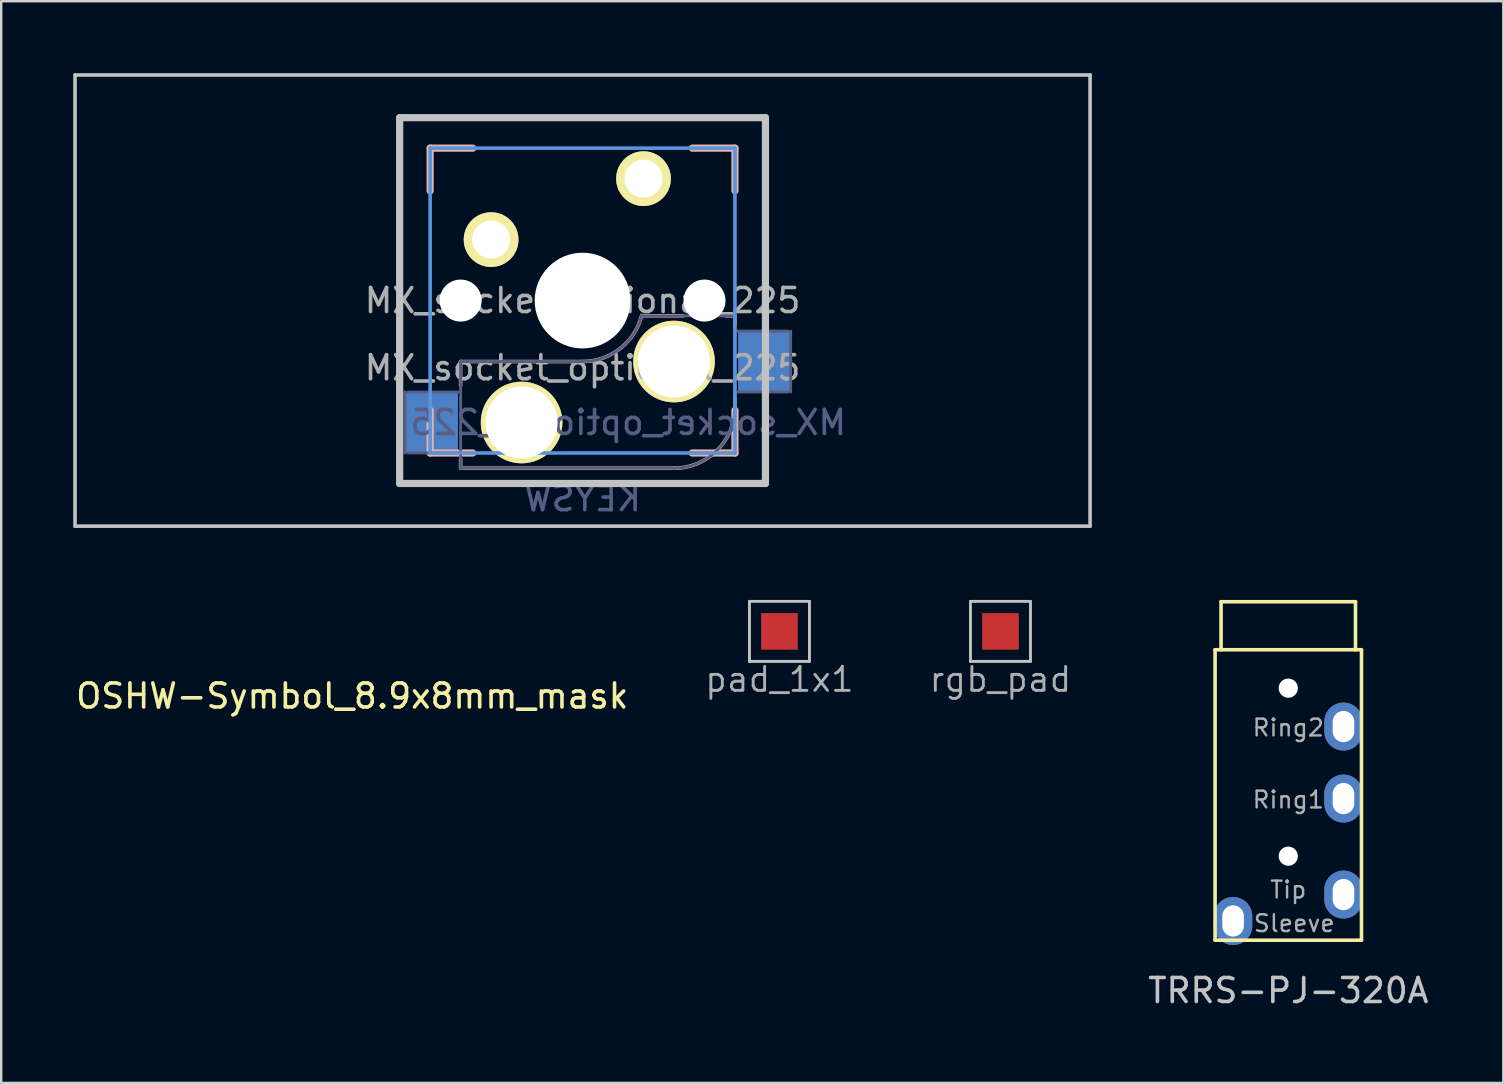
<source format=kicad_pcb>
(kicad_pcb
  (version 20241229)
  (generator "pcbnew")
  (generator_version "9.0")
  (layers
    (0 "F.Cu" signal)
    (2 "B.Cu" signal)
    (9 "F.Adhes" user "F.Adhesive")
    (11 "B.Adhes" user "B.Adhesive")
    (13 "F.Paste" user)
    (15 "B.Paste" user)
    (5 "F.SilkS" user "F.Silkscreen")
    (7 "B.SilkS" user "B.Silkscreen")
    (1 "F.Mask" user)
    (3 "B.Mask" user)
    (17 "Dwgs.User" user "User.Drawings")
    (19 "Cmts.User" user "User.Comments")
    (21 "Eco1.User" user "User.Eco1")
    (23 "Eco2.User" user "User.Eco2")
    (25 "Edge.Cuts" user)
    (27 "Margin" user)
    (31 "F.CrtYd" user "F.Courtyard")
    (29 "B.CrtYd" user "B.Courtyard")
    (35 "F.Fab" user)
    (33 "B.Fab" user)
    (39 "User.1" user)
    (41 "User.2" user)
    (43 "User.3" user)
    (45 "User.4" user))
  (footprint "pad_1x1"
    (layer "F.Cu")
    (at 29.425 23.256)
    (property "Reference" "pad_1x1" (at 0 2 0) (layer "F.Fab") (effects (font (size 1 1) (thickness 0.12))))
    (attr smd)
    (fp_line (start -1.25 -1.25) (end 1.25 -1.25) (stroke (width 0.12) (type solid)) (layer "Dwgs.User"))
    (fp_line (start -1.25 1.25) (end -1.25 -1.25) (stroke (width 0.12) (type solid)) (layer "Dwgs.User"))
    (fp_line (start 1.25 -1.25) (end 1.25 1.25) (stroke (width 0.12) (type solid)) (layer "Dwgs.User"))
    (fp_line (start 1.25 1.25) (end -1.25 1.25) (stroke (width 0.12) (type solid)) (layer "Dwgs.User"))
    (pad "1" smd rect (at 0 0) (size 1.524 1.524) (layers "F.Cu" "F.Mask" "F.Paste")))
  (footprint "MX_socket_optional_225"
    (layer "F.Cu")
    (at 21.221 9.473)
    (property "Reference" "MX_socket_optional_225" (at 0 2.8 0) (layer "F.Fab") (effects (font (size 1 1) (thickness 0.15))))
    (property "Value" "KEYSW" (at 0.6 -2.7 0) (layer "B.SilkS") (hide yes) (effects (font (size 1.2 1.2) (thickness 0.2)) (justify mirror)))
    (attr through_hole)
    (fp_line (start -6.35 -6.35) (end -4.572 -6.35) (stroke (width 0.3) (type solid)) (layer "B.SilkS"))
    (fp_line (start -6.35 -4.572) (end -6.35 -6.35) (stroke (width 0.3) (type solid)) (layer "B.SilkS"))
    (fp_line (start -6.35 6.35) (end -6.35 4.572) (stroke (width 0.3) (type solid)) (layer "B.SilkS"))
    (fp_line (start -5.08 2.54) (end -5.08 3.556) (stroke (width 0.15) (type solid)) (layer "B.SilkS"))
    (fp_line (start -5.08 6.604) (end -5.08 6.985) (stroke (width 0.15) (type solid)) (layer "B.SilkS"))
    (fp_line (start -5.08 6.985) (end 3.81 6.985) (stroke (width 0.15) (type solid)) (layer "B.SilkS"))
    (fp_line (start -4.572 6.35) (end -6.35 6.35) (stroke (width 0.3) (type solid)) (layer "B.SilkS"))
    (fp_line (start 0 2.54) (end -5.08 2.54) (stroke (width 0.15) (type solid)) (layer "B.SilkS"))
    (fp_line (start 4.191 0.635) (end 2.54 0.635) (stroke (width 0.15) (type solid)) (layer "B.SilkS"))
    (fp_line (start 4.572 -6.35) (end 6.35 -6.35) (stroke (width 0.3) (type solid)) (layer "B.SilkS"))
    (fp_line (start 6.35 -6.35) (end 6.35 -4.572) (stroke (width 0.3) (type solid)) (layer "B.SilkS"))
    (fp_line (start 6.35 0.635) (end 5.969 0.635) (stroke (width 0.15) (type solid)) (layer "B.SilkS"))
    (fp_line (start 6.35 1.016) (end 6.35 0.635) (stroke (width 0.15) (type solid)) (layer "B.SilkS"))
    (fp_line (start 6.35 4.445) (end 6.35 4.064) (stroke (width 0.15) (type solid)) (layer "B.SilkS"))
    (fp_line (start 6.35 4.572) (end 6.35 6.35) (stroke (width 0.3) (type solid)) (layer "B.SilkS"))
    (fp_line (start 6.35 6.35) (end 4.572 6.35) (stroke (width 0.3) (type solid)) (layer "B.SilkS"))
    (fp_arc (start 2.464162 0.61604) (mid 1.563147 2.002042) (end 0 2.54) (stroke (width 0.15) (type solid)) (layer "B.SilkS"))
    (fp_arc (start 6.35 4.445) (mid 5.606051 6.241051) (end 3.81 6.985) (stroke (width 0.15) (type solid)) (layer "B.SilkS"))
    (fp_line (start -21.145 -9.398) (end -21.145 9.398) (stroke (width 0.15) (type solid)) (layer "Dwgs.User"))
    (fp_line (start -21.145 -9.398) (end 21.145 -9.398) (stroke (width 0.15) (type solid)) (layer "Dwgs.User"))
    (fp_line (start -21.145 9.398) (end 21.145 9.398) (stroke (width 0.15) (type solid)) (layer "Dwgs.User"))
    (fp_line (start -7.62 -7.62) (end -7.62 7.62) (stroke (width 0.3) (type solid)) (layer "Dwgs.User"))
    (fp_line (start -7.62 -7.62) (end 7.62 -7.62) (stroke (width 0.3) (type solid)) (layer "Dwgs.User"))
    (fp_line (start -7.62 7.62) (end 7.62 7.62) (stroke (width 0.3) (type solid)) (layer "Dwgs.User"))
    (fp_line (start 7.62 -7.62) (end 7.62 7.62) (stroke (width 0.3) (type solid)) (layer "Dwgs.User"))
    (fp_line (start 21.145 -9.398) (end 21.145 9.398) (stroke (width 0.15) (type solid)) (layer "Dwgs.User"))
    (fp_line (start -6.35 6.35) (end -6.35 -6.35) (stroke (width 0.15) (type solid)) (layer "Cmts.User"))
    (fp_line (start -6.35 6.35) (end 6.35 6.35) (stroke (width 0.15) (type solid)) (layer "Cmts.User"))
    (fp_line (start 6.35 -6.35) (end -6.35 -6.35) (stroke (width 0.15) (type solid)) (layer "Cmts.User"))
    (fp_line (start 6.35 -6.35) (end 6.35 6.35) (stroke (width 0.15) (type solid)) (layer "Cmts.User"))
    (fp_line (start -6.985 -6.985) (end 6.985 -6.985) (stroke (width 0.15) (type solid)) (layer "Eco2.User"))
    (fp_line (start -6.985 6.985) (end -6.985 -6.985) (stroke (width 0.15) (type solid)) (layer "Eco2.User"))
    (fp_line (start 6.985 -6.985) (end 6.985 6.985) (stroke (width 0.15) (type solid)) (layer "Eco2.User"))
    (fp_line (start 6.985 6.985) (end -6.985 6.985) (stroke (width 0.15) (type solid)) (layer "Eco2.User"))
    (fp_line (start -7.4 3.81) (end -7.4 6.35) (stroke (width 0.12) (type solid)) (layer "B.Fab"))
    (fp_line (start -7.28 6.35) (end -5.08 6.35) (stroke (width 0.12) (type solid)) (layer "B.Fab"))
    (fp_line (start -5.08 2.54) (end -5.08 6.985) (stroke (width 0.12) (type solid)) (layer "B.Fab"))
    (fp_line (start -5.08 3.81) (end -7.28 3.81) (stroke (width 0.12) (type solid)) (layer "B.Fab"))
    (fp_line (start -5.08 6.985) (end 3.81 6.985) (stroke (width 0.12) (type solid)) (layer "B.Fab"))
    (fp_line (start 0 2.54) (end -5.08 2.54) (stroke (width 0.12) (type solid)) (layer "B.Fab"))
    (fp_line (start 6.35 0.635) (end 2.54 0.635) (stroke (width 0.12) (type solid)) (layer "B.Fab"))
    (fp_line (start 6.35 3.81) (end 8.55 3.81) (stroke (width 0.12) (type solid)) (layer "B.Fab"))
    (fp_line (start 6.35 4.445) (end 6.35 0.635) (stroke (width 0.12) (type solid)) (layer "B.Fab"))
    (fp_line (start 8.55 1.27) (end 6.35 1.27) (stroke (width 0.12) (type solid)) (layer "B.Fab"))
    (fp_line (start 8.67 3.81) (end 8.67 1.27) (stroke (width 0.12) (type solid)) (layer "B.Fab"))
    (fp_arc (start 2.464162 0.61604) (mid 1.563147 2.002042) (end 0 2.54) (stroke (width 0.12) (type solid)) (layer "B.Fab"))
    (fp_arc (start 6.35 4.445) (mid 5.606051 6.241051) (end 3.81 6.985) (stroke (width 0.12) (type solid)) (layer "B.Fab"))
    (fp_text user "${REFERENCE}" (at 1.905 5.08 0) (layer "B.Fab") (effects (font (size 1 1) (thickness 0.15)) (justify mirror)))
    (fp_text user "${VALUE}" (at 0 8.255 0) (layer "B.Fab") (effects (font (size 1 1) (thickness 0.15)) (justify mirror)))
    (fp_text user "${REFERENCE}" (at 0 0 0) (layer "F.Fab") (effects (font (size 1 1) (thickness 0.15))))
    (pad "" np_thru_hole circle (at -5.08 0) (size 1.75 1.75) (drill 1.75) (layers "*.Cu" "*.Mask"))
    (pad "" thru_hole circle (at -2.54 5.08) (size 3.4 3.4) (drill 3) (layers "*.Cu" "*.Mask" "F.SilkS"))
    (pad "" np_thru_hole circle (at 0 0) (size 3.988 3.988) (drill 3.988) (layers "*.Cu" "*.Mask"))
    (pad "" thru_hole circle (at 3.81 2.54) (size 3.4 3.4) (drill 3) (layers "*.Cu" "*.Mask" "F.SilkS"))
    (pad "" np_thru_hole circle (at 5.08 0) (size 1.75 1.75) (drill 1.75) (layers "*.Cu" "*.Mask"))
    (pad "1" smd rect (at -6.29 5.08) (size 2.2 2.5) (layers "B.Cu" "B.Mask" "B.Paste"))
    (pad "1" thru_hole circle (at 2.54 -5.08) (size 2.28 2.28) (drill 1.58) (layers "*.Cu" "*.Mask" "F.SilkS"))
    (pad "2" thru_hole circle (at -3.81 -2.54) (size 2.28 2.28) (drill 1.58) (layers "*.Cu" "*.Mask" "F.SilkS"))
    (pad "2" smd rect (at 7.58 2.54) (size 2.2 2.5) (layers "B.Cu" "B.Mask" "B.Paste")))
  (footprint "rgb_pad"
    (layer "F.Cu")
    (at 38.633 23.256)
    (property "Reference" "rgb_pad" (at 0 2 0) (layer "F.Fab") (effects (font (size 1 1) (thickness 0.12))))
    (attr through_hole)
    (fp_line (start -1.25 -1.25) (end 1.25 -1.25) (stroke (width 0.12) (type solid)) (layer "Dwgs.User"))
    (fp_line (start -1.25 1.25) (end -1.25 -1.25) (stroke (width 0.12) (type solid)) (layer "Dwgs.User"))
    (fp_line (start 1.25 -1.25) (end 1.25 1.25) (stroke (width 0.12) (type solid)) (layer "Dwgs.User"))
    (fp_line (start 1.25 1.25) (end -1.25 1.25) (stroke (width 0.12) (type solid)) (layer "Dwgs.User"))
    (pad "1" smd rect (at 0 0) (size 1.524 1.524) (layers "F.Cu" "F.Mask" "F.Paste")))
  (footprint "OSHW-Symbol_8.9x8mm_mask"
    (layer "F.Cu")
    (at 11.625 25.948)
    (property "Reference" "OSHW-Symbol_8.9x8mm_mask" (at 0 0 0) (layer "F.SilkS") (effects (font (size 1 1) (thickness 0.15))))
    (attr smd)
    (fp_poly (pts (xy 0.747 -3.4) (xy 0.859 -2.802) (xy 1.275 -2.631) (xy 1.69 -2.46) (xy 2.188 -2.799) (xy 2.328 -2.893) (xy 2.454 -2.977) (xy 2.561 -3.048) (xy 2.643 -3.1) (xy 2.693 -3.131) (xy 2.707 -3.138) (xy 2.732 -3.121) (xy 2.785 -3.073) (xy 2.86 -3.002) (xy 2.952 -2.912) (xy 3.054 -2.811) (xy 3.161 -2.703) (xy 3.266 -2.596) (xy 3.363 -2.494) (xy 3.447 -2.405) (xy 3.512 -2.333) (xy 3.552 -2.286) (xy 3.561 -2.27) (xy 3.547 -2.241) (xy 3.509 -2.178) (xy 3.451 -2.086) (xy 3.376 -1.971) (xy 3.288 -1.841) (xy 3.237 -1.767) (xy 3.145 -1.632) (xy 3.063 -1.509) (xy 2.995 -1.406) (xy 2.945 -1.329) (xy 2.918 -1.283) (xy 2.914 -1.273) (xy 2.923 -1.245) (xy 2.948 -1.181) (xy 2.986 -1.09) (xy 3.032 -0.979) (xy 3.083 -0.859) (xy 3.134 -0.739) (xy 3.182 -0.627) (xy 3.224 -0.532) (xy 3.254 -0.464) (xy 3.271 -0.432) (xy 3.272 -0.431) (xy 3.297 -0.424) (xy 3.364 -0.411) (xy 3.466 -0.39) (xy 3.597 -0.365) (xy 3.748 -0.337) (xy 3.837 -0.32) (xy 3.998 -0.29) (xy 4.145 -0.26) (xy 4.268 -0.234) (xy 4.36 -0.213) (xy 4.415 -0.197) (xy 4.426 -0.193) (xy 4.437 -0.16) (xy 4.446 -0.086) (xy 4.452 0.02) (xy 4.457 0.15) (xy 4.46 0.296) (xy 4.46 0.448) (xy 4.458 0.598) (xy 4.455 0.737) (xy 4.449 0.857) (xy 4.441 0.949) (xy 4.431 1.005) (xy 4.425 1.016) (xy 4.39 1.03) (xy 4.316 1.05) (xy 4.212 1.074) (xy 4.089 1.098) (xy 4.046 1.106) (xy 3.838 1.144) (xy 3.674 1.175) (xy 3.548 1.2) (xy 3.455 1.219) (xy 3.389 1.235) (xy 3.346 1.248) (xy 3.318 1.26) (xy 3.302 1.272) (xy 3.3 1.274) (xy 3.278 1.311) (xy 3.243 1.384) (xy 3.2 1.484) (xy 3.153 1.601) (xy 3.103 1.727) (xy 3.056 1.852) (xy 3.014 1.969) (xy 2.981 2.067) (xy 2.96 2.138) (xy 2.954 2.173) (xy 2.954 2.174) (xy 2.973 2.203) (xy 3.016 2.266) (xy 3.078 2.357) (xy 3.154 2.469) (xy 3.241 2.596) (xy 3.266 2.632) (xy 3.355 2.763) (xy 3.433 2.883) (xy 3.496 2.984) (xy 3.539 3.06) (xy 3.56 3.103) (xy 3.561 3.109) (xy 3.544 3.137) (xy 3.496 3.193) (xy 3.424 3.271) (xy 3.334 3.365) (xy 3.232 3.468) (xy 3.124 3.575) (xy 3.016 3.68) (xy 2.914 3.776) (xy 2.825 3.858) (xy 2.755 3.919) (xy 2.709 3.954) (xy 2.696 3.959) (xy 2.667 3.946) (xy 2.607 3.91) (xy 2.526 3.857) (xy 2.463 3.815) (xy 2.35 3.737) (xy 2.216 3.645) (xy 2.081 3.553) (xy 2.009 3.504) (xy 1.764 3.339) (xy 1.559 3.45) (xy 1.465 3.499) (xy 1.385 3.536) (xy 1.331 3.558) (xy 1.318 3.561) (xy 1.301 3.539) (xy 1.269 3.476) (xy 1.223 3.379) (xy 1.165 3.253) (xy 1.099 3.103) (xy 1.027 2.936) (xy 0.951 2.758) (xy 0.873 2.574) (xy 0.796 2.39) (xy 0.723 2.211) (xy 0.655 2.044) (xy 0.596 1.895) (xy 0.547 1.768) (xy 0.511 1.671) (xy 0.491 1.608) (xy 0.488 1.586) (xy 0.513 1.558) (xy 0.57 1.514) (xy 0.644 1.461) (xy 0.651 1.457) (xy 0.844 1.302) (xy 1 1.122) (xy 1.117 0.921) (xy 1.194 0.706) (xy 1.229 0.483) (xy 1.222 0.257) (xy 1.17 0.034) (xy 1.073 -0.18) (xy 1.044 -0.226) (xy 0.896 -0.415) (xy 0.72 -0.567) (xy 0.524 -0.681) (xy 0.313 -0.756) (xy 0.093 -0.791) (xy -0.13 -0.786) (xy -0.349 -0.74) (xy -0.559 -0.652) (xy -0.753 -0.521) (xy -0.813 -0.468) (xy -0.966 -0.301) (xy -1.077 -0.126) (xy -1.153 0.07) (xy -1.196 0.265) (xy -1.206 0.483) (xy -1.171 0.703) (xy -1.094 0.916) (xy -0.979 1.116) (xy -0.829 1.294) (xy -0.647 1.444) (xy -0.623 1.46) (xy -0.548 1.512) (xy -0.49 1.557) (xy -0.463 1.585) (xy -0.462 1.586) (xy -0.468 1.617) (xy -0.492 1.687) (xy -0.53 1.791) (xy -0.581 1.922) (xy -0.642 2.076) (xy -0.711 2.245) (xy -0.786 2.425) (xy -0.863 2.61) (xy -0.941 2.793) (xy -1.016 2.97) (xy -1.088 3.134) (xy -1.152 3.279) (xy -1.208 3.4) (xy -1.251 3.491) (xy -1.281 3.546) (xy -1.293 3.561) (xy -1.329 3.55) (xy -1.397 3.519) (xy -1.485 3.476) (xy -1.534 3.45) (xy -1.739 3.339) (xy -1.984 3.504) (xy -2.109 3.589) (xy -2.246 3.683) (xy -2.374 3.77) (xy -2.438 3.815) (xy -2.528 3.875) (xy -2.605 3.923) (xy -2.658 3.953) (xy -2.675 3.959) (xy -2.7 3.942) (xy -2.755 3.895) (xy -2.835 3.823) (xy -2.934 3.731) (xy -3.048 3.623) (xy -3.12 3.554) (xy -3.245 3.431) (xy -3.354 3.32) (xy -3.441 3.227) (xy -3.503 3.157) (xy -3.534 3.114) (xy -3.537 3.105) (xy -3.523 3.072) (xy -3.485 3.005) (xy -3.426 2.911) (xy -3.352 2.796) (xy -3.266 2.668) (xy -3.241 2.632) (xy -3.152 2.502) (xy -3.072 2.386) (xy -3.006 2.288) (xy -2.958 2.217) (xy -2.932 2.178) (xy -2.93 2.174) (xy -2.933 2.143) (xy -2.953 2.076) (xy -2.985 1.98) (xy -3.026 1.865) (xy -3.073 1.74) (xy -3.123 1.614) (xy -3.171 1.495) (xy -3.214 1.394) (xy -3.25 1.318) (xy -3.273 1.276) (xy -3.275 1.274) (xy -3.29 1.262) (xy -3.314 1.25) (xy -3.355 1.237) (xy -3.416 1.222) (xy -3.503 1.204) (xy -3.622 1.18) (xy -3.779 1.151) (xy -3.978 1.114) (xy -4.021 1.106) (xy -4.149 1.082) (xy -4.26 1.058) (xy -4.345 1.036) (xy -4.394 1.02) (xy -4.401 1.016) (xy -4.411 0.983) (xy -4.42 0.909) (xy -4.427 0.802) (xy -4.432 0.672) (xy -4.434 0.526) (xy -4.435 0.374) (xy -4.434 0.224) (xy -4.43 0.085) (xy -4.425 -0.034) (xy -4.417 -0.126) (xy -4.407 -0.181) (xy -4.401 -0.193) (xy -4.369 -0.204) (xy -4.295 -0.222) (xy -4.186 -0.246) (xy -4.051 -0.274) (xy -3.896 -0.305) (xy -3.812 -0.32) (xy -3.652 -0.35) (xy -3.509 -0.377) (xy -3.391 -0.4) (xy -3.304 -0.418) (xy -3.255 -0.428) (xy -3.247 -0.431) (xy -3.233 -0.457) (xy -3.204 -0.52) (xy -3.164 -0.611) (xy -3.117 -0.721) (xy -3.065 -0.841) (xy -3.014 -0.962) (xy -2.967 -1.074) (xy -2.928 -1.17) (xy -2.901 -1.239) (xy -2.889 -1.273) (xy -2.889 -1.274) (xy -2.902 -1.301) (xy -2.94 -1.362) (xy -2.999 -1.452) (xy -3.074 -1.565) (xy -3.161 -1.694) (xy -3.212 -1.768) (xy -3.305 -1.904) (xy -3.387 -2.027) (xy -3.455 -2.132) (xy -3.505 -2.212) (xy -3.532 -2.26) (xy -3.536 -2.271) (xy -3.519 -2.296) (xy -3.473 -2.35) (xy -3.402 -2.426) (xy -3.314 -2.519) (xy -3.214 -2.623) (xy -3.108 -2.731) (xy -3.002 -2.838) (xy -2.902 -2.937) (xy -2.814 -3.022) (xy -2.743 -3.088) (xy -2.697 -3.128) (xy -2.682 -3.138) (xy -2.656 -3.124) (xy -2.596 -3.086) (xy -2.506 -3.028) (xy -2.393 -2.953) (xy -2.262 -2.866) (xy -2.163 -2.799) (xy -1.665 -2.46) (xy -1.25 -2.631) (xy -0.834 -2.802) (xy -0.722 -3.4) (xy -0.609 -3.997) (xy 0.634 -3.997) (xy 0.747 -3.4)) (stroke (width 0.01) (type solid)) (fill yes) (layer "F.Mask")))
  (footprint "TRRS-PJ-320A"
    (layer "F.Cu")
    (at 50.624 24.021)
    (property "Reference" "TRRS-PJ-320A" (at 0 14.2 0) (layer "Dwgs.User") (effects (font (size 1 1) (thickness 0.15))))
    (attr through_hole)
    (fp_line (start -3.05 0) (end -3.05 12.1) (stroke (width 0.15) (type solid)) (layer "F.SilkS"))
    (fp_line (start -2.8 0) (end -2.8 -2) (stroke (width 0.15) (type solid)) (layer "F.SilkS"))
    (fp_line (start 2.8 -2) (end -2.8 -2) (stroke (width 0.15) (type solid)) (layer "F.SilkS"))
    (fp_line (start 2.8 0) (end 2.8 -2) (stroke (width 0.15) (type solid)) (layer "F.SilkS"))
    (fp_line (start 3.05 0) (end -3.05 0) (stroke (width 0.15) (type solid)) (layer "F.SilkS"))
    (fp_line (start 3.05 0) (end 3.05 12.1) (stroke (width 0.15) (type solid)) (layer "F.SilkS"))
    (fp_line (start 3.05 12.1) (end -3.05 12.1) (stroke (width 0.15) (type solid)) (layer "F.SilkS"))
    (fp_text user "Tip" (at 0 10 0) (layer "F.Fab") (effects (font (size 0.7 0.7) (thickness 0.1))))
    (fp_text user "Ring2" (at 0 3.25 0) (layer "F.Fab") (effects (font (size 0.7 0.7) (thickness 0.1))))
    (fp_text user "Ring1" (at 0 6.25 0) (layer "F.Fab") (effects (font (size 0.7 0.7) (thickness 0.1))))
    (fp_text user "Sleeve" (at 0.25 11.4 0) (layer "F.Fab") (effects (font (size 0.7 0.7) (thickness 0.1))))
    (pad "" np_thru_hole circle (at 0 1.6) (size 0.8 0.8) (drill 0.8) (layers "*.Cu" "*.Mask"))
    (pad "" np_thru_hole circle (at 0 8.6) (size 0.8 0.8) (drill 0.8) (layers "*.Cu" "*.Mask"))
    (pad "1" thru_hole oval (at -2.3 11.3) (size 1.6 2) (drill oval 0.9 1.3) (layers "*.Cu" "*.Mask"))
    (pad "2" thru_hole oval (at 2.3 10.2) (size 1.6 2) (drill oval 0.9 1.3) (layers "*.Cu" "*.Mask"))
    (pad "3" thru_hole oval (at 2.3 6.2) (size 1.6 2) (drill oval 0.9 1.3) (layers "*.Cu" "*.Mask"))
    (pad "4" thru_hole oval (at 2.3 3.2) (size 1.6 2) (drill oval 0.9 1.3) (layers "*.Cu" "*.Mask")))
  (gr_rect
    (start -3 -3)
    (end 59.582 42.069)
    (stroke (width 0.1) (type default))
    (fill no)
    (layer "Edge.Cuts")))
</source>
